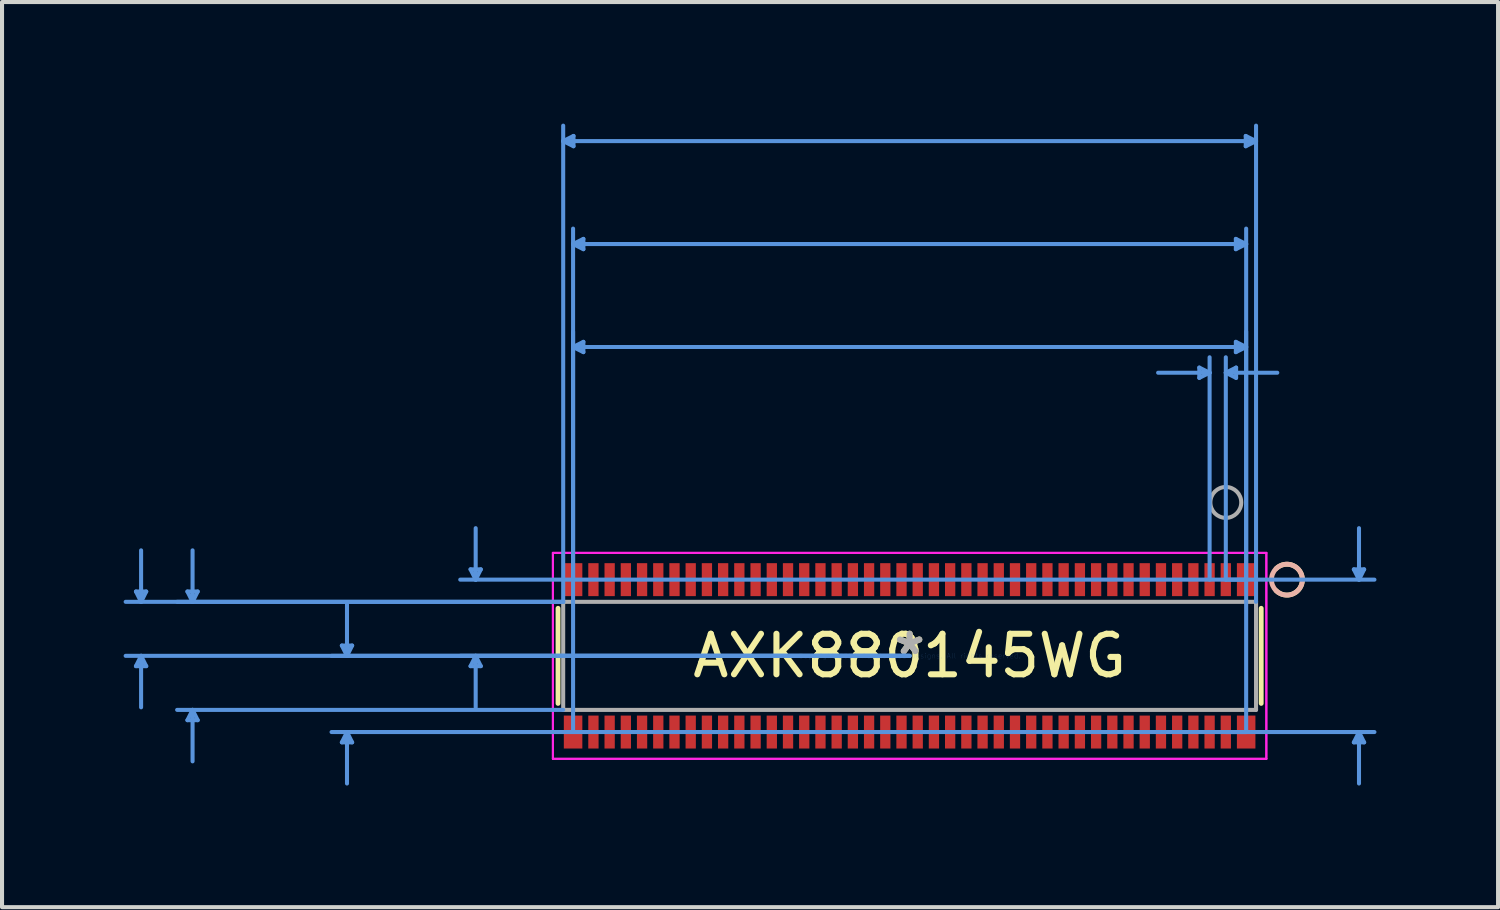
<source format=kicad_pcb>
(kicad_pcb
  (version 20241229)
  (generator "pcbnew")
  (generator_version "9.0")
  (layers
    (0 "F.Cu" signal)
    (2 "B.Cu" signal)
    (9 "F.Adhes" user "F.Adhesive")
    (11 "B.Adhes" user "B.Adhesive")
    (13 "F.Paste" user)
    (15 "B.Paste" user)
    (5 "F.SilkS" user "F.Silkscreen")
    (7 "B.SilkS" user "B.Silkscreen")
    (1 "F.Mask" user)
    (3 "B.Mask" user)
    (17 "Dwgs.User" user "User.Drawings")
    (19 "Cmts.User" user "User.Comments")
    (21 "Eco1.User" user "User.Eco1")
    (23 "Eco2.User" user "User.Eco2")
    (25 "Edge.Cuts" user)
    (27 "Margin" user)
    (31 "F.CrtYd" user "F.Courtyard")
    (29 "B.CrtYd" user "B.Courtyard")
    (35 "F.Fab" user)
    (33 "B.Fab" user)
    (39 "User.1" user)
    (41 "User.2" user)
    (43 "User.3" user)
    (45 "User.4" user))
  (footprint "AXK880145WG"
    (layer "F.Cu")
    (at 19.392 13.131)
    (property "Reference" "AXK880145WG" (at 0 0 0) (layer "F.SilkS") (effects (font (size 1 1) (thickness 0.15))))
    (attr through_hole)
    (fp_line (start -8.674 -1.173) (end -8.674 1.173) (stroke (width 0.12) (type solid)) (layer "F.SilkS"))
    (fp_line (start 8.674 1.173) (end 8.674 -1.173) (stroke (width 0.12) (type solid)) (layer "F.SilkS"))
    (fp_arc (start 9.041765 -2.151464) (mid 9.45625 -2.231437) (end 9.6901 -1.88) (stroke (width 0.12) (type solid)) (layer "F.SilkS"))
    (fp_arc (start 9.6901 -1.879999) (mid 9.45625 -1.528563) (end 9.041765 -1.608536) (stroke (width 0.12) (type solid)) (layer "F.SilkS"))
    (fp_circle (center 9.309 -1.88) (end 9.69 -1.88) (stroke (width 0.12) (type solid)) (fill no) (layer "B.SilkS"))
    (fp_line (start -19.088 -1.587) (end -18.834 -1.587) (stroke (width 0.1) (type solid)) (layer "Cmts.User"))
    (fp_line (start -19.088 0.254) (end -18.834 0.254) (stroke (width 0.1) (type solid)) (layer "Cmts.User"))
    (fp_line (start -18.961 -1.333) (end -19.088 -1.587) (stroke (width 0.1) (type solid)) (layer "Cmts.User"))
    (fp_line (start -18.961 -1.333) (end -18.961 -2.603) (stroke (width 0.1) (type solid)) (layer "Cmts.User"))
    (fp_line (start -18.961 -1.333) (end -18.834 -1.587) (stroke (width 0.1) (type solid)) (layer "Cmts.User"))
    (fp_line (start -18.961 0) (end -19.088 0.254) (stroke (width 0.1) (type solid)) (layer "Cmts.User"))
    (fp_line (start -18.961 0) (end -18.961 1.27) (stroke (width 0.1) (type solid)) (layer "Cmts.User"))
    (fp_line (start -18.961 0) (end -18.834 0.254) (stroke (width 0.1) (type solid)) (layer "Cmts.User"))
    (fp_line (start -17.818 -1.587) (end -17.564 -1.587) (stroke (width 0.1) (type solid)) (layer "Cmts.User"))
    (fp_line (start -17.818 1.587) (end -17.564 1.587) (stroke (width 0.1) (type solid)) (layer "Cmts.User"))
    (fp_line (start -17.691 -1.333) (end -17.818 -1.587) (stroke (width 0.1) (type solid)) (layer "Cmts.User"))
    (fp_line (start -17.691 -1.333) (end -17.691 -2.603) (stroke (width 0.1) (type solid)) (layer "Cmts.User"))
    (fp_line (start -17.691 -1.333) (end -17.564 -1.587) (stroke (width 0.1) (type solid)) (layer "Cmts.User"))
    (fp_line (start -17.691 1.333) (end -17.818 1.587) (stroke (width 0.1) (type solid)) (layer "Cmts.User"))
    (fp_line (start -17.691 1.333) (end -17.691 2.603) (stroke (width 0.1) (type solid)) (layer "Cmts.User"))
    (fp_line (start -17.691 1.333) (end -17.564 1.587) (stroke (width 0.1) (type solid)) (layer "Cmts.User"))
    (fp_line (start -14.008 -0.254) (end -13.754 -0.254) (stroke (width 0.1) (type solid)) (layer "Cmts.User"))
    (fp_line (start -14.008 2.134) (end -13.754 2.134) (stroke (width 0.1) (type solid)) (layer "Cmts.User"))
    (fp_line (start -13.881 0) (end -14.008 -0.254) (stroke (width 0.1) (type solid)) (layer "Cmts.User"))
    (fp_line (start -13.881 0) (end -13.881 -1.27) (stroke (width 0.1) (type solid)) (layer "Cmts.User"))
    (fp_line (start -13.881 0) (end -13.754 -0.254) (stroke (width 0.1) (type solid)) (layer "Cmts.User"))
    (fp_line (start -13.881 1.88) (end -14.008 2.134) (stroke (width 0.1) (type solid)) (layer "Cmts.User"))
    (fp_line (start -13.881 1.88) (end -13.881 3.15) (stroke (width 0.1) (type solid)) (layer "Cmts.User"))
    (fp_line (start -13.881 1.88) (end -13.754 2.134) (stroke (width 0.1) (type solid)) (layer "Cmts.User"))
    (fp_line (start -10.833 -2.134) (end -10.579 -2.134) (stroke (width 0.1) (type solid)) (layer "Cmts.User"))
    (fp_line (start -10.833 0.254) (end -10.579 0.254) (stroke (width 0.1) (type solid)) (layer "Cmts.User"))
    (fp_line (start -10.706 -1.88) (end -10.833 -2.134) (stroke (width 0.1) (type solid)) (layer "Cmts.User"))
    (fp_line (start -10.706 -1.88) (end -10.706 -3.15) (stroke (width 0.1) (type solid)) (layer "Cmts.User"))
    (fp_line (start -10.706 -1.88) (end -10.579 -2.134) (stroke (width 0.1) (type solid)) (layer "Cmts.User"))
    (fp_line (start -10.706 0) (end -10.833 0.254) (stroke (width 0.1) (type solid)) (layer "Cmts.User"))
    (fp_line (start -10.706 0) (end -10.706 1.27) (stroke (width 0.1) (type solid)) (layer "Cmts.User"))
    (fp_line (start -10.706 0) (end -10.579 0.254) (stroke (width 0.1) (type solid)) (layer "Cmts.User"))
    (fp_line (start -8.547 -12.7) (end -8.293 -12.827) (stroke (width 0.1) (type solid)) (layer "Cmts.User"))
    (fp_line (start -8.547 -12.7) (end -8.293 -12.573) (stroke (width 0.1) (type solid)) (layer "Cmts.User"))
    (fp_line (start -8.547 -12.7) (end 8.547 -12.7) (stroke (width 0.1) (type solid)) (layer "Cmts.User"))
    (fp_line (start -8.547 -1.333) (end -19.342 -1.333) (stroke (width 0.1) (type solid)) (layer "Cmts.User"))
    (fp_line (start -8.547 -1.333) (end -18.072 -1.333) (stroke (width 0.1) (type solid)) (layer "Cmts.User"))
    (fp_line (start -8.547 -1.333) (end -8.547 -13.081) (stroke (width 0.1) (type solid)) (layer "Cmts.User"))
    (fp_line (start -8.547 1.333) (end -18.072 1.333) (stroke (width 0.1) (type solid)) (layer "Cmts.User"))
    (fp_line (start -8.303 -10.16) (end -8.049 -10.287) (stroke (width 0.1) (type solid)) (layer "Cmts.User"))
    (fp_line (start -8.303 -10.16) (end -8.049 -10.033) (stroke (width 0.1) (type solid)) (layer "Cmts.User"))
    (fp_line (start -8.303 -10.16) (end 8.303 -10.16) (stroke (width 0.1) (type solid)) (layer "Cmts.User"))
    (fp_line (start -8.303 -7.62) (end -8.049 -7.747) (stroke (width 0.1) (type solid)) (layer "Cmts.User"))
    (fp_line (start -8.303 -7.62) (end -8.049 -7.493) (stroke (width 0.1) (type solid)) (layer "Cmts.User"))
    (fp_line (start -8.303 -7.62) (end 8.303 -7.62) (stroke (width 0.1) (type solid)) (layer "Cmts.User"))
    (fp_line (start -8.303 -1.88) (end -8.303 -10.541) (stroke (width 0.1) (type solid)) (layer "Cmts.User"))
    (fp_line (start -8.303 1.88) (end -8.303 -8.001) (stroke (width 0.1) (type solid)) (layer "Cmts.User"))
    (fp_line (start -8.293 -12.827) (end -8.293 -12.573) (stroke (width 0.1) (type solid)) (layer "Cmts.User"))
    (fp_line (start -8.049 -10.287) (end -8.049 -10.033) (stroke (width 0.1) (type solid)) (layer "Cmts.User"))
    (fp_line (start -8.049 -7.747) (end -8.049 -7.493) (stroke (width 0.1) (type solid)) (layer "Cmts.User"))
    (fp_line (start 0 0) (end -19.342 0) (stroke (width 0.1) (type solid)) (layer "Cmts.User"))
    (fp_line (start 0 0) (end -14.262 0) (stroke (width 0.1) (type solid)) (layer "Cmts.User"))
    (fp_line (start 0 0) (end -11.087 0) (stroke (width 0.1) (type solid)) (layer "Cmts.User"))
    (fp_line (start 7.147 -7.112) (end 7.147 -6.858) (stroke (width 0.1) (type solid)) (layer "Cmts.User"))
    (fp_line (start 7.401 -6.985) (end 6.131 -6.985) (stroke (width 0.1) (type solid)) (layer "Cmts.User"))
    (fp_line (start 7.401 -6.985) (end 7.147 -7.112) (stroke (width 0.1) (type solid)) (layer "Cmts.User"))
    (fp_line (start 7.401 -6.985) (end 7.147 -6.858) (stroke (width 0.1) (type solid)) (layer "Cmts.User"))
    (fp_line (start 7.401 -1.88) (end 7.401 -7.366) (stroke (width 0.1) (type solid)) (layer "Cmts.User"))
    (fp_line (start 7.801 -6.985) (end 8.055 -7.112) (stroke (width 0.1) (type solid)) (layer "Cmts.User"))
    (fp_line (start 7.801 -6.985) (end 8.055 -6.858) (stroke (width 0.1) (type solid)) (layer "Cmts.User"))
    (fp_line (start 7.801 -6.985) (end 9.071 -6.985) (stroke (width 0.1) (type solid)) (layer "Cmts.User"))
    (fp_line (start 7.801 -1.88) (end 7.801 -7.366) (stroke (width 0.1) (type solid)) (layer "Cmts.User"))
    (fp_line (start 7.801 -1.88) (end 11.468 -1.88) (stroke (width 0.1) (type solid)) (layer "Cmts.User"))
    (fp_line (start 7.801 1.88) (end 11.468 1.88) (stroke (width 0.1) (type solid)) (layer "Cmts.User"))
    (fp_line (start 8.049 -10.287) (end 8.049 -10.033) (stroke (width 0.1) (type solid)) (layer "Cmts.User"))
    (fp_line (start 8.049 -7.747) (end 8.049 -7.493) (stroke (width 0.1) (type solid)) (layer "Cmts.User"))
    (fp_line (start 8.055 -7.112) (end 8.055 -6.858) (stroke (width 0.1) (type solid)) (layer "Cmts.User"))
    (fp_line (start 8.293 -12.827) (end 8.293 -12.573) (stroke (width 0.1) (type solid)) (layer "Cmts.User"))
    (fp_line (start 8.303 -10.16) (end 8.049 -10.287) (stroke (width 0.1) (type solid)) (layer "Cmts.User"))
    (fp_line (start 8.303 -10.16) (end 8.049 -10.033) (stroke (width 0.1) (type solid)) (layer "Cmts.User"))
    (fp_line (start 8.303 -7.62) (end 8.049 -7.747) (stroke (width 0.1) (type solid)) (layer "Cmts.User"))
    (fp_line (start 8.303 -7.62) (end 8.049 -7.493) (stroke (width 0.1) (type solid)) (layer "Cmts.User"))
    (fp_line (start 8.303 -1.88) (end -11.087 -1.88) (stroke (width 0.1) (type solid)) (layer "Cmts.User"))
    (fp_line (start 8.303 -1.88) (end 8.303 -10.541) (stroke (width 0.1) (type solid)) (layer "Cmts.User"))
    (fp_line (start 8.303 1.88) (end -14.262 1.88) (stroke (width 0.1) (type solid)) (layer "Cmts.User"))
    (fp_line (start 8.303 1.88) (end 8.303 -8.001) (stroke (width 0.1) (type solid)) (layer "Cmts.User"))
    (fp_line (start 8.547 -12.7) (end 8.293 -12.827) (stroke (width 0.1) (type solid)) (layer "Cmts.User"))
    (fp_line (start 8.547 -12.7) (end 8.293 -12.573) (stroke (width 0.1) (type solid)) (layer "Cmts.User"))
    (fp_line (start 8.547 -1.333) (end 8.547 -13.081) (stroke (width 0.1) (type solid)) (layer "Cmts.User"))
    (fp_line (start 10.96 -2.134) (end 11.214 -2.134) (stroke (width 0.1) (type solid)) (layer "Cmts.User"))
    (fp_line (start 10.96 2.134) (end 11.214 2.134) (stroke (width 0.1) (type solid)) (layer "Cmts.User"))
    (fp_line (start 11.087 -1.88) (end 10.96 -2.134) (stroke (width 0.1) (type solid)) (layer "Cmts.User"))
    (fp_line (start 11.087 -1.88) (end 11.087 -3.15) (stroke (width 0.1) (type solid)) (layer "Cmts.User"))
    (fp_line (start 11.087 -1.88) (end 11.214 -2.134) (stroke (width 0.1) (type solid)) (layer "Cmts.User"))
    (fp_line (start 11.087 1.88) (end 10.96 2.134) (stroke (width 0.1) (type solid)) (layer "Cmts.User"))
    (fp_line (start 11.087 1.88) (end 11.087 3.15) (stroke (width 0.1) (type solid)) (layer "Cmts.User"))
    (fp_line (start 11.087 1.88) (end 11.214 2.134) (stroke (width 0.1) (type solid)) (layer "Cmts.User"))
    (fp_line (start -8.801 -2.54) (end -8.801 2.541) (stroke (width 0.05) (type solid)) (layer "F.CrtYd"))
    (fp_line (start -8.801 -2.54) (end -8.801 2.541) (stroke (width 0.05) (type solid)) (layer "F.CrtYd"))
    (fp_line (start -8.801 2.541) (end 8.801 2.541) (stroke (width 0.05) (type solid)) (layer "F.CrtYd"))
    (fp_line (start -8.801 2.541) (end 8.801 2.541) (stroke (width 0.05) (type solid)) (layer "F.CrtYd"))
    (fp_line (start 8.801 -2.54) (end -8.801 -2.54) (stroke (width 0.05) (type solid)) (layer "F.CrtYd"))
    (fp_line (start 8.801 -2.54) (end -8.801 -2.54) (stroke (width 0.05) (type solid)) (layer "F.CrtYd"))
    (fp_line (start 8.801 2.541) (end 8.801 -2.54) (stroke (width 0.05) (type solid)) (layer "F.CrtYd"))
    (fp_line (start 8.801 2.541) (end 8.801 -2.54) (stroke (width 0.05) (type solid)) (layer "F.CrtYd"))
    (fp_line (start -8.547 -1.333) (end -8.547 1.333) (stroke (width 0.1) (type solid)) (layer "F.Fab"))
    (fp_line (start -8.547 1.333) (end 8.547 1.333) (stroke (width 0.1) (type solid)) (layer "F.Fab"))
    (fp_line (start 8.547 -1.333) (end -8.547 -1.333) (stroke (width 0.1) (type solid)) (layer "F.Fab"))
    (fp_line (start 8.547 1.333) (end 8.547 -1.333) (stroke (width 0.1) (type solid)) (layer "F.Fab"))
    (fp_circle (center 7.801 -3.785) (end 8.182 -3.785) (stroke (width 0.1) (type solid)) (fill no) (layer "F.Fab"))
    (fp_text user "*" (at 0 0 0) (layer "F.SilkS") (effects (font (size 1 1) (thickness 0.15))))
    (fp_text user "Copyright 2021 Accelerated Designs. All rights reserved." (at 0 0 0) (layer "Cmts.User") (effects (font (size 0.127 0.127) (thickness 0.002))))
    (fp_text user "*" (at 0 0 0) (layer "F.Fab") (effects (font (size 1 1) (thickness 0.15))))
    (pad "1" smd rect (at 7.801 -1.88) (size 0.254 0.813) (layers "F.Cu" "F.Mask" "F.Paste"))
    (pad "2" smd rect (at 7.401 -1.88) (size 0.254 0.813) (layers "F.Cu" "F.Mask" "F.Paste"))
    (pad "3" smd rect (at 7.001 -1.88) (size 0.254 0.813) (layers "F.Cu" "F.Mask" "F.Paste"))
    (pad "4" smd rect (at 6.601 -1.88) (size 0.254 0.813) (layers "F.Cu" "F.Mask" "F.Paste"))
    (pad "5" smd rect (at 6.201 -1.88) (size 0.254 0.813) (layers "F.Cu" "F.Mask" "F.Paste"))
    (pad "6" smd rect (at 5.801 -1.88) (size 0.254 0.813) (layers "F.Cu" "F.Mask" "F.Paste"))
    (pad "7" smd rect (at 5.401 -1.88) (size 0.254 0.813) (layers "F.Cu" "F.Mask" "F.Paste"))
    (pad "8" smd rect (at 5.001 -1.88) (size 0.254 0.813) (layers "F.Cu" "F.Mask" "F.Paste"))
    (pad "9" smd rect (at 4.601 -1.88) (size 0.254 0.813) (layers "F.Cu" "F.Mask" "F.Paste"))
    (pad "10" smd rect (at 4.201 -1.88) (size 0.254 0.813) (layers "F.Cu" "F.Mask" "F.Paste"))
    (pad "11" smd rect (at 3.8 -1.88) (size 0.254 0.813) (layers "F.Cu" "F.Mask" "F.Paste"))
    (pad "12" smd rect (at 3.4 -1.88) (size 0.254 0.813) (layers "F.Cu" "F.Mask" "F.Paste"))
    (pad "13" smd rect (at 3 -1.88) (size 0.254 0.813) (layers "F.Cu" "F.Mask" "F.Paste"))
    (pad "14" smd rect (at 2.6 -1.88) (size 0.254 0.813) (layers "F.Cu" "F.Mask" "F.Paste"))
    (pad "15" smd rect (at 2.2 -1.88) (size 0.254 0.813) (layers "F.Cu" "F.Mask" "F.Paste"))
    (pad "16" smd rect (at 1.8 -1.88) (size 0.254 0.813) (layers "F.Cu" "F.Mask" "F.Paste"))
    (pad "17" smd rect (at 1.4 -1.88) (size 0.254 0.813) (layers "F.Cu" "F.Mask" "F.Paste"))
    (pad "18" smd rect (at 1 -1.88) (size 0.254 0.813) (layers "F.Cu" "F.Mask" "F.Paste"))
    (pad "19" smd rect (at 0.6 -1.88) (size 0.254 0.813) (layers "F.Cu" "F.Mask" "F.Paste"))
    (pad "20" smd rect (at 0.2 -1.88) (size 0.254 0.813) (layers "F.Cu" "F.Mask" "F.Paste"))
    (pad "21" smd rect (at -0.2 -1.88) (size 0.254 0.813) (layers "F.Cu" "F.Mask" "F.Paste"))
    (pad "22" smd rect (at -0.6 -1.88) (size 0.254 0.813) (layers "F.Cu" "F.Mask" "F.Paste"))
    (pad "23" smd rect (at -1 -1.88) (size 0.254 0.813) (layers "F.Cu" "F.Mask" "F.Paste"))
    (pad "24" smd rect (at -1.4 -1.88) (size 0.254 0.813) (layers "F.Cu" "F.Mask" "F.Paste"))
    (pad "25" smd rect (at -1.8 -1.88) (size 0.254 0.813) (layers "F.Cu" "F.Mask" "F.Paste"))
    (pad "26" smd rect (at -2.2 -1.88) (size 0.254 0.813) (layers "F.Cu" "F.Mask" "F.Paste"))
    (pad "27" smd rect (at -2.6 -1.88) (size 0.254 0.813) (layers "F.Cu" "F.Mask" "F.Paste"))
    (pad "28" smd rect (at -3 -1.88) (size 0.254 0.813) (layers "F.Cu" "F.Mask" "F.Paste"))
    (pad "29" smd rect (at -3.4 -1.88) (size 0.254 0.813) (layers "F.Cu" "F.Mask" "F.Paste"))
    (pad "30" smd rect (at -3.8 -1.88) (size 0.254 0.813) (layers "F.Cu" "F.Mask" "F.Paste"))
    (pad "31" smd rect (at -4.201 -1.88) (size 0.254 0.813) (layers "F.Cu" "F.Mask" "F.Paste"))
    (pad "32" smd rect (at -4.601 -1.88) (size 0.254 0.813) (layers "F.Cu" "F.Mask" "F.Paste"))
    (pad "33" smd rect (at -5.001 -1.88) (size 0.254 0.813) (layers "F.Cu" "F.Mask" "F.Paste"))
    (pad "34" smd rect (at -5.401 -1.88) (size 0.254 0.813) (layers "F.Cu" "F.Mask" "F.Paste"))
    (pad "35" smd rect (at -5.801 -1.88) (size 0.254 0.813) (layers "F.Cu" "F.Mask" "F.Paste"))
    (pad "36" smd rect (at -6.201 -1.88) (size 0.254 0.813) (layers "F.Cu" "F.Mask" "F.Paste"))
    (pad "37" smd rect (at -6.601 -1.88) (size 0.254 0.813) (layers "F.Cu" "F.Mask" "F.Paste"))
    (pad "38" smd rect (at -7.001 -1.88) (size 0.254 0.813) (layers "F.Cu" "F.Mask" "F.Paste"))
    (pad "39" smd rect (at -7.401 -1.88) (size 0.254 0.813) (layers "F.Cu" "F.Mask" "F.Paste"))
    (pad "40" smd rect (at -7.801 -1.88) (size 0.254 0.813) (layers "F.Cu" "F.Mask" "F.Paste"))
    (pad "41" smd rect (at 7.801 1.88) (size 0.254 0.813) (layers "F.Cu" "F.Mask" "F.Paste"))
    (pad "42" smd rect (at 7.401 1.88) (size 0.254 0.813) (layers "F.Cu" "F.Mask" "F.Paste"))
    (pad "43" smd rect (at 7.001 1.88) (size 0.254 0.813) (layers "F.Cu" "F.Mask" "F.Paste"))
    (pad "44" smd rect (at 6.601 1.88) (size 0.254 0.813) (layers "F.Cu" "F.Mask" "F.Paste"))
    (pad "45" smd rect (at 6.201 1.88) (size 0.254 0.813) (layers "F.Cu" "F.Mask" "F.Paste"))
    (pad "46" smd rect (at 5.801 1.88) (size 0.254 0.813) (layers "F.Cu" "F.Mask" "F.Paste"))
    (pad "47" smd rect (at 5.401 1.88) (size 0.254 0.813) (layers "F.Cu" "F.Mask" "F.Paste"))
    (pad "48" smd rect (at 5.001 1.88) (size 0.254 0.813) (layers "F.Cu" "F.Mask" "F.Paste"))
    (pad "49" smd rect (at 4.601 1.88) (size 0.254 0.813) (layers "F.Cu" "F.Mask" "F.Paste"))
    (pad "50" smd rect (at 4.201 1.88) (size 0.254 0.813) (layers "F.Cu" "F.Mask" "F.Paste"))
    (pad "51" smd rect (at 3.8 1.88) (size 0.254 0.813) (layers "F.Cu" "F.Mask" "F.Paste"))
    (pad "52" smd rect (at 3.4 1.88) (size 0.254 0.813) (layers "F.Cu" "F.Mask" "F.Paste"))
    (pad "53" smd rect (at 3 1.88) (size 0.254 0.813) (layers "F.Cu" "F.Mask" "F.Paste"))
    (pad "54" smd rect (at 2.6 1.88) (size 0.254 0.813) (layers "F.Cu" "F.Mask" "F.Paste"))
    (pad "55" smd rect (at 2.2 1.88) (size 0.254 0.813) (layers "F.Cu" "F.Mask" "F.Paste"))
    (pad "56" smd rect (at 1.8 1.88) (size 0.254 0.813) (layers "F.Cu" "F.Mask" "F.Paste"))
    (pad "57" smd rect (at 1.4 1.88) (size 0.254 0.813) (layers "F.Cu" "F.Mask" "F.Paste"))
    (pad "58" smd rect (at 1 1.88) (size 0.254 0.813) (layers "F.Cu" "F.Mask" "F.Paste"))
    (pad "59" smd rect (at 0.6 1.88) (size 0.254 0.813) (layers "F.Cu" "F.Mask" "F.Paste"))
    (pad "60" smd rect (at 0.2 1.88) (size 0.254 0.813) (layers "F.Cu" "F.Mask" "F.Paste"))
    (pad "61" smd rect (at -0.2 1.88) (size 0.254 0.813) (layers "F.Cu" "F.Mask" "F.Paste"))
    (pad "62" smd rect (at -0.6 1.88) (size 0.254 0.813) (layers "F.Cu" "F.Mask" "F.Paste"))
    (pad "63" smd rect (at -1 1.88) (size 0.254 0.813) (layers "F.Cu" "F.Mask" "F.Paste"))
    (pad "64" smd rect (at -1.4 1.88) (size 0.254 0.813) (layers "F.Cu" "F.Mask" "F.Paste"))
    (pad "65" smd rect (at -1.8 1.88) (size 0.254 0.813) (layers "F.Cu" "F.Mask" "F.Paste"))
    (pad "66" smd rect (at -2.2 1.88) (size 0.254 0.813) (layers "F.Cu" "F.Mask" "F.Paste"))
    (pad "67" smd rect (at -2.6 1.88) (size 0.254 0.813) (layers "F.Cu" "F.Mask" "F.Paste"))
    (pad "68" smd rect (at -3 1.88) (size 0.254 0.813) (layers "F.Cu" "F.Mask" "F.Paste"))
    (pad "69" smd rect (at -3.4 1.88) (size 0.254 0.813) (layers "F.Cu" "F.Mask" "F.Paste"))
    (pad "70" smd rect (at -3.8 1.88) (size 0.254 0.813) (layers "F.Cu" "F.Mask" "F.Paste"))
    (pad "71" smd rect (at -4.201 1.88) (size 0.254 0.813) (layers "F.Cu" "F.Mask" "F.Paste"))
    (pad "72" smd rect (at -4.601 1.88) (size 0.254 0.813) (layers "F.Cu" "F.Mask" "F.Paste"))
    (pad "73" smd rect (at -5.001 1.88) (size 0.254 0.813) (layers "F.Cu" "F.Mask" "F.Paste"))
    (pad "74" smd rect (at -5.401 1.88) (size 0.254 0.813) (layers "F.Cu" "F.Mask" "F.Paste"))
    (pad "75" smd rect (at -5.801 1.88) (size 0.254 0.813) (layers "F.Cu" "F.Mask" "F.Paste"))
    (pad "76" smd rect (at -6.201 1.88) (size 0.254 0.813) (layers "F.Cu" "F.Mask" "F.Paste"))
    (pad "77" smd rect (at -6.601 1.88) (size 0.254 0.813) (layers "F.Cu" "F.Mask" "F.Paste"))
    (pad "78" smd rect (at -7.001 1.88) (size 0.254 0.813) (layers "F.Cu" "F.Mask" "F.Paste"))
    (pad "79" smd rect (at -7.401 1.88) (size 0.254 0.813) (layers "F.Cu" "F.Mask" "F.Paste"))
    (pad "80" smd rect (at -7.801 1.88) (size 0.254 0.813) (layers "F.Cu" "F.Mask" "F.Paste"))
    (pad "81" smd rect (at -8.303 -1.88) (size 0.457 0.813) (layers "F.Cu" "F.Mask" "F.Paste"))
    (pad "82" smd rect (at 8.303 -1.88) (size 0.457 0.813) (layers "F.Cu" "F.Mask" "F.Paste"))
    (pad "83" smd rect (at -8.303 1.88) (size 0.457 0.813) (layers "F.Cu" "F.Mask" "F.Paste"))
    (pad "84" smd rect (at 8.303 1.88) (size 0.457 0.813) (layers "F.Cu" "F.Mask" "F.Paste")))
  (gr_rect
    (start -3 -3)
    (end 33.91 19.332)
    (stroke (width 0.1) (type default))
    (fill no)
    (layer "Edge.Cuts")))
</source>
